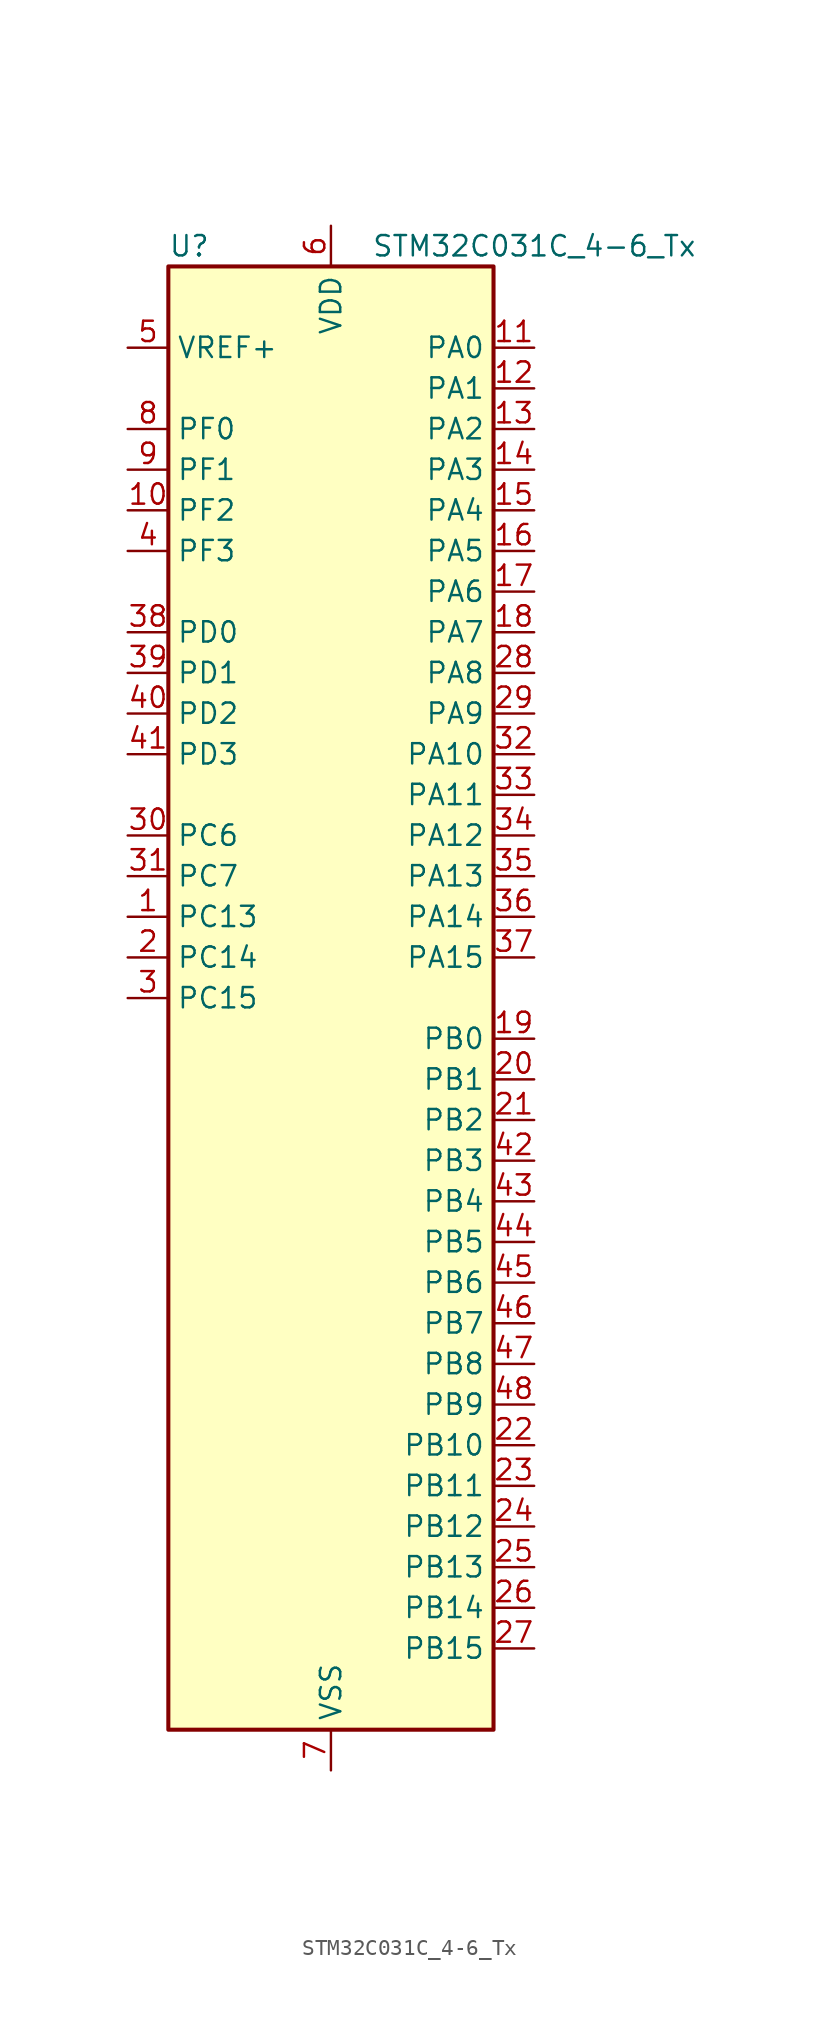
<source format=kicad_sym>
(kicad_symbol_lib
  (version 20241209)
  (generator "kicad_symbol_editor")
  (generator_version "9.0")
  (symbol "STM32C031C_4-6_Tx"
    (property "Reference" "U"
      (at -10.16 46.99 0)
      (effects (font (size 1.27 1.27)) (justify left)))
    (property "Value" "STM32C031C_4-6_Tx"
      (at 2.54 46.99 0)
      (effects (font (size 1.27 1.27)) (justify left)))
    (symbol "STM32C031C_4-6_Tx_0_1"
      (rectangle (start -10.16 -45.72) (end 10.16 45.72) (stroke (width 0.254) (type default)) (fill (type background))))
    (symbol "STM32C031C_4-6_Tx_1_1"
      (pin input line (at -12.7 40.64 0) (length 2.54) (name "VREF+" (effects (font (size 1.27 1.27)))) (number "5" (effects (font (size 1.27 1.27)))))
      (pin bidirectional line (at -12.7 35.56 0) (length 2.54) (name "PF0" (effects (font (size 1.27 1.27)))) (number "8" (effects (font (size 1.27 1.27)))) (alternate "RCC_OSC_IN" bidirectional line) (alternate "TIM14_CH1" bidirectional line))
      (pin bidirectional line (at -12.7 33.02 0) (length 2.54) (name "PF1" (effects (font (size 1.27 1.27)))) (number "9" (effects (font (size 1.27 1.27)))) (alternate "RCC_OSC_EN" bidirectional line) (alternate "RCC_OSC_OUT" bidirectional line))
      (pin bidirectional line (at -12.7 30.48 0) (length 2.54) (name "PF2" (effects (font (size 1.27 1.27)))) (number "10" (effects (font (size 1.27 1.27)))) (alternate "RCC_MCO" bidirectional line) (alternate "TIM1_CH4" bidirectional line))
      (pin bidirectional line (at -12.7 27.94 0) (length 2.54) (name "PF3" (effects (font (size 1.27 1.27)))) (number "4" (effects (font (size 1.27 1.27)))))
      (pin bidirectional line (at -12.7 22.86 0) (length 2.54) (name "PD0" (effects (font (size 1.27 1.27)))) (number "38" (effects (font (size 1.27 1.27)))) (alternate "TIM16_CH1" bidirectional line))
      (pin bidirectional line (at -12.7 20.32 0) (length 2.54) (name "PD1" (effects (font (size 1.27 1.27)))) (number "39" (effects (font (size 1.27 1.27)))) (alternate "TIM17_CH1" bidirectional line))
      (pin bidirectional line (at -12.7 17.78 0) (length 2.54) (name "PD2" (effects (font (size 1.27 1.27)))) (number "40" (effects (font (size 1.27 1.27)))) (alternate "TIM1_CH1N" bidirectional line) (alternate "TIM3_ETR" bidirectional line))
      (pin bidirectional line (at -12.7 15.24 0) (length 2.54) (name "PD3" (effects (font (size 1.27 1.27)))) (number "41" (effects (font (size 1.27 1.27)))) (alternate "TIM1_CH2N" bidirectional line) (alternate "USART2_CTS" bidirectional line) (alternate "USART2_NSS" bidirectional line))
      (pin bidirectional line (at -12.7 10.16 0) (length 2.54) (name "PC6" (effects (font (size 1.27 1.27)))) (number "30" (effects (font (size 1.27 1.27)))) (alternate "TIM3_CH1" bidirectional line))
      (pin bidirectional line (at -12.7 7.62 0) (length 2.54) (name "PC7" (effects (font (size 1.27 1.27)))) (number "31" (effects (font (size 1.27 1.27)))) (alternate "TIM3_CH2" bidirectional line))
      (pin bidirectional line (at -12.7 5.08 0) (length 2.54) (name "PC13" (effects (font (size 1.27 1.27)))) (number "1" (effects (font (size 1.27 1.27)))) (alternate "PWR_WKUP2" bidirectional line) (alternate "RTC_OUT1" bidirectional line) (alternate "RTC_TS" bidirectional line) (alternate "TIM1_BKIN" bidirectional line) (alternate "TIM1_ETR" bidirectional line))
      (pin bidirectional line (at -12.7 2.54 0) (length 2.54) (name "PC14" (effects (font (size 1.27 1.27)))) (number "2" (effects (font (size 1.27 1.27)))) (alternate "I2C1_SDA" bidirectional line) (alternate "IR_OUT" bidirectional line) (alternate "RCC_OSCX_IN" bidirectional line) (alternate "TIM17_CH1" bidirectional line) (alternate "TIM1_BKIN2" bidirectional line) (alternate "TIM1_ETR" bidirectional line) (alternate "TIM3_CH2" bidirectional line) (alternate "USART1_TX" bidirectional line) (alternate "USART2_CK" bidirectional line) (alternate "USART2_DE" bidirectional line) (alternate "USART2_RTS" bidirectional line))
      (pin bidirectional line (at -12.7 0 0) (length 2.54) (name "PC15" (effects (font (size 1.27 1.27)))) (number "3" (effects (font (size 1.27 1.27)))) (alternate "RCC_OSC32_EN" bidirectional line) (alternate "RCC_OSCX_OUT" bidirectional line) (alternate "RCC_OSC_EN" bidirectional line) (alternate "TIM1_ETR" bidirectional line) (alternate "TIM3_CH3" bidirectional line))
      (pin power_in line (at 0 48.26 270) (length 2.54) (name "VDD" (effects (font (size 1.27 1.27)))) (number "6" (effects (font (size 1.27 1.27)))))
      (pin power_in line (at 0 -48.26 90) (length 2.54) (name "VSS" (effects (font (size 1.27 1.27)))) (number "7" (effects (font (size 1.27 1.27)))))
      (pin bidirectional line (at 12.7 40.64 180) (length 2.54) (name "PA0" (effects (font (size 1.27 1.27)))) (number "11" (effects (font (size 1.27 1.27)))) (alternate "ADC1_IN0" bidirectional line) (alternate "PWR_WKUP1" bidirectional line) (alternate "TIM16_CH1" bidirectional line) (alternate "TIM1_CH1" bidirectional line) (alternate "USART1_TX" bidirectional line) (alternate "USART2_CTS" bidirectional line) (alternate "USART2_NSS" bidirectional line))
      (pin bidirectional line (at 12.7 38.1 180) (length 2.54) (name "PA1" (effects (font (size 1.27 1.27)))) (number "12" (effects (font (size 1.27 1.27)))) (alternate "ADC1_IN1" bidirectional line) (alternate "I2C1_SMBA" bidirectional line) (alternate "I2S1_CK" bidirectional line) (alternate "SPI1_SCK" bidirectional line) (alternate "TIM17_CH1" bidirectional line) (alternate "TIM1_CH2" bidirectional line) (alternate "USART1_RX" bidirectional line) (alternate "USART2_CK" bidirectional line) (alternate "USART2_DE" bidirectional line) (alternate "USART2_RTS" bidirectional line))
      (pin bidirectional line (at 12.7 35.56 180) (length 2.54) (name "PA2" (effects (font (size 1.27 1.27)))) (number "13" (effects (font (size 1.27 1.27)))) (alternate "ADC1_IN2" bidirectional line) (alternate "I2S1_SD" bidirectional line) (alternate "PWR_WKUP4" bidirectional line) (alternate "RCC_LSCO" bidirectional line) (alternate "SPI1_MOSI" bidirectional line) (alternate "TIM16_CH1N" bidirectional line) (alternate "TIM1_CH3" bidirectional line) (alternate "TIM3_ETR" bidirectional line) (alternate "USART2_TX" bidirectional line))
      (pin bidirectional line (at 12.7 33.02 180) (length 2.54) (name "PA3" (effects (font (size 1.27 1.27)))) (number "14" (effects (font (size 1.27 1.27)))) (alternate "ADC1_IN3" bidirectional line) (alternate "TIM1_CH1N" bidirectional line) (alternate "TIM1_CH4" bidirectional line) (alternate "USART2_RX" bidirectional line))
      (pin bidirectional line (at 12.7 30.48 180) (length 2.54) (name "PA4" (effects (font (size 1.27 1.27)))) (number "15" (effects (font (size 1.27 1.27)))) (alternate "ADC1_IN4" bidirectional line) (alternate "I2S1_WS" bidirectional line) (alternate "RTC_OUT2" bidirectional line) (alternate "SPI1_NSS" bidirectional line) (alternate "TIM14_CH1" bidirectional line) (alternate "TIM17_CH1N" bidirectional line) (alternate "TIM1_CH2N" bidirectional line) (alternate "USART2_TX" bidirectional line))
      (pin bidirectional line (at 12.7 27.94 180) (length 2.54) (name "PA5" (effects (font (size 1.27 1.27)))) (number "16" (effects (font (size 1.27 1.27)))) (alternate "ADC1_IN5" bidirectional line) (alternate "I2S1_CK" bidirectional line) (alternate "SPI1_SCK" bidirectional line) (alternate "TIM1_CH1" bidirectional line) (alternate "TIM1_CH3N" bidirectional line) (alternate "USART2_RX" bidirectional line))
      (pin bidirectional line (at 12.7 25.4 180) (length 2.54) (name "PA6" (effects (font (size 1.27 1.27)))) (number "17" (effects (font (size 1.27 1.27)))) (alternate "ADC1_IN6" bidirectional line) (alternate "I2S1_MCK" bidirectional line) (alternate "SPI1_MISO" bidirectional line) (alternate "TIM16_CH1" bidirectional line) (alternate "TIM1_BKIN" bidirectional line) (alternate "TIM3_CH1" bidirectional line))
      (pin bidirectional line (at 12.7 22.86 180) (length 2.54) (name "PA7" (effects (font (size 1.27 1.27)))) (number "18" (effects (font (size 1.27 1.27)))) (alternate "ADC1_IN7" bidirectional line) (alternate "I2S1_SD" bidirectional line) (alternate "SPI1_MOSI" bidirectional line) (alternate "TIM14_CH1" bidirectional line) (alternate "TIM17_CH1" bidirectional line) (alternate "TIM1_CH1N" bidirectional line) (alternate "TIM3_CH2" bidirectional line))
      (pin bidirectional line (at 12.7 20.32 180) (length 2.54) (name "PA8" (effects (font (size 1.27 1.27)))) (number "28" (effects (font (size 1.27 1.27)))) (alternate "ADC1_IN8" bidirectional line) (alternate "I2S1_WS" bidirectional line) (alternate "RCC_MCO" bidirectional line) (alternate "RCC_MCO_2" bidirectional line) (alternate "SPI1_NSS" bidirectional line) (alternate "TIM14_CH1" bidirectional line) (alternate "TIM1_CH1" bidirectional line) (alternate "TIM1_CH2N" bidirectional line) (alternate "TIM1_CH3N" bidirectional line) (alternate "TIM3_CH3" bidirectional line) (alternate "TIM3_CH4" bidirectional line) (alternate "USART1_RX" bidirectional line) (alternate "USART2_TX" bidirectional line))
      (pin bidirectional line (at 12.7 17.78 180) (length 2.54) (name "PA9" (effects (font (size 1.27 1.27)))) (number "29" (effects (font (size 1.27 1.27)))) (alternate "I2C1_SCL" bidirectional line) (alternate "RCC_MCO" bidirectional line) (alternate "TIM1_CH2" bidirectional line) (alternate "TIM3_ETR" bidirectional line) (alternate "USART1_TX" bidirectional line))
      (pin bidirectional line (at 12.7 15.24 180) (length 2.54) (name "PA10" (effects (font (size 1.27 1.27)))) (number "32" (effects (font (size 1.27 1.27)))) (alternate "I2C1_SDA" bidirectional line) (alternate "RCC_MCO_2" bidirectional line) (alternate "TIM17_BKIN" bidirectional line) (alternate "TIM1_CH3" bidirectional line) (alternate "USART1_RX" bidirectional line))
      (pin bidirectional line (at 12.7 12.7 180) (length 2.54) (name "PA11" (effects (font (size 1.27 1.27)))) (number "33" (effects (font (size 1.27 1.27)))) (alternate "ADC1_EXTI11" bidirectional line) (alternate "ADC1_IN11" bidirectional line) (alternate "I2S1_MCK" bidirectional line) (alternate "SPI1_MISO" bidirectional line) (alternate "TIM1_BKIN2" bidirectional line) (alternate "TIM1_CH4" bidirectional line) (alternate "USART1_CTS" bidirectional line) (alternate "USART1_NSS" bidirectional line))
      (pin bidirectional line (at 12.7 10.16 180) (length 2.54) (name "PA12" (effects (font (size 1.27 1.27)))) (number "34" (effects (font (size 1.27 1.27)))) (alternate "ADC1_IN12" bidirectional line) (alternate "I2S1_SD" bidirectional line) (alternate "I2S_CKIN" bidirectional line) (alternate "SPI1_MOSI" bidirectional line) (alternate "TIM1_ETR" bidirectional line) (alternate "USART1_CK" bidirectional line) (alternate "USART1_DE" bidirectional line) (alternate "USART1_RTS" bidirectional line))
      (pin bidirectional line (at 12.7 7.62 180) (length 2.54) (name "PA13" (effects (font (size 1.27 1.27)))) (number "35" (effects (font (size 1.27 1.27)))) (alternate "ADC1_IN13" bidirectional line) (alternate "DEBUG_SWDIO" bidirectional line) (alternate "IR_OUT" bidirectional line) (alternate "TIM3_ETR" bidirectional line) (alternate "USART2_RX" bidirectional line))
      (pin bidirectional line (at 12.7 5.08 180) (length 2.54) (name "PA14" (effects (font (size 1.27 1.27)))) (number "36" (effects (font (size 1.27 1.27)))) (alternate "ADC1_IN14" bidirectional line) (alternate "DEBUG_SWCLK" bidirectional line) (alternate "I2S1_WS" bidirectional line) (alternate "RCC_MCO_2" bidirectional line) (alternate "SPI1_NSS" bidirectional line) (alternate "TIM1_CH1" bidirectional line) (alternate "USART1_CK" bidirectional line) (alternate "USART1_DE" bidirectional line) (alternate "USART1_RTS" bidirectional line) (alternate "USART2_RX" bidirectional line) (alternate "USART2_TX" bidirectional line))
      (pin bidirectional line (at 12.7 2.54 180) (length 2.54) (name "PA15" (effects (font (size 1.27 1.27)))) (number "37" (effects (font (size 1.27 1.27)))) (alternate "I2S1_WS" bidirectional line) (alternate "RCC_MCO_2" bidirectional line) (alternate "SPI1_NSS" bidirectional line) (alternate "TIM1_CH1" bidirectional line) (alternate "USART1_CK" bidirectional line) (alternate "USART1_DE" bidirectional line) (alternate "USART1_RTS" bidirectional line) (alternate "USART2_RX" bidirectional line))
      (pin bidirectional line (at 12.7 -2.54 180) (length 2.54) (name "PB0" (effects (font (size 1.27 1.27)))) (number "19" (effects (font (size 1.27 1.27)))) (alternate "ADC1_IN17" bidirectional line) (alternate "I2S1_WS" bidirectional line) (alternate "SPI1_NSS" bidirectional line) (alternate "TIM1_CH2N" bidirectional line) (alternate "TIM3_CH3" bidirectional line))
      (pin bidirectional line (at 12.7 -5.08 180) (length 2.54) (name "PB1" (effects (font (size 1.27 1.27)))) (number "20" (effects (font (size 1.27 1.27)))) (alternate "ADC1_IN18" bidirectional line) (alternate "TIM14_CH1" bidirectional line) (alternate "TIM1_CH2N" bidirectional line) (alternate "TIM1_CH3N" bidirectional line) (alternate "TIM3_CH4" bidirectional line))
      (pin bidirectional line (at 12.7 -7.62 180) (length 2.54) (name "PB2" (effects (font (size 1.27 1.27)))) (number "21" (effects (font (size 1.27 1.27)))) (alternate "ADC1_IN19" bidirectional line) (alternate "RCC_MCO_2" bidirectional line) (alternate "USART1_RX" bidirectional line))
      (pin bidirectional line (at 12.7 -10.16 180) (length 2.54) (name "PB3" (effects (font (size 1.27 1.27)))) (number "42" (effects (font (size 1.27 1.27)))) (alternate "I2S1_CK" bidirectional line) (alternate "SPI1_SCK" bidirectional line) (alternate "TIM1_CH2" bidirectional line) (alternate "TIM3_CH2" bidirectional line) (alternate "USART1_CK" bidirectional line) (alternate "USART1_DE" bidirectional line) (alternate "USART1_RTS" bidirectional line))
      (pin bidirectional line (at 12.7 -12.7 180) (length 2.54) (name "PB4" (effects (font (size 1.27 1.27)))) (number "43" (effects (font (size 1.27 1.27)))) (alternate "I2S1_MCK" bidirectional line) (alternate "SPI1_MISO" bidirectional line) (alternate "TIM17_BKIN" bidirectional line) (alternate "TIM3_CH1" bidirectional line) (alternate "USART1_CTS" bidirectional line) (alternate "USART1_NSS" bidirectional line))
      (pin bidirectional line (at 12.7 -15.24 180) (length 2.54) (name "PB5" (effects (font (size 1.27 1.27)))) (number "44" (effects (font (size 1.27 1.27)))) (alternate "I2C1_SMBA" bidirectional line) (alternate "I2S1_SD" bidirectional line) (alternate "PWR_WKUP6" bidirectional line) (alternate "SPI1_MOSI" bidirectional line) (alternate "TIM16_BKIN" bidirectional line) (alternate "TIM3_CH2" bidirectional line) (alternate "TIM3_CH3" bidirectional line))
      (pin bidirectional line (at 12.7 -17.78 180) (length 2.54) (name "PB6" (effects (font (size 1.27 1.27)))) (number "45" (effects (font (size 1.27 1.27)))) (alternate "I2C1_SCL" bidirectional line) (alternate "I2C1_SMBA" bidirectional line) (alternate "I2S1_CK" bidirectional line) (alternate "I2S1_MCK" bidirectional line) (alternate "I2S1_SD" bidirectional line) (alternate "PWR_WKUP3" bidirectional line) (alternate "SPI1_MISO" bidirectional line) (alternate "SPI1_MOSI" bidirectional line) (alternate "SPI1_SCK" bidirectional line) (alternate "TIM16_BKIN" bidirectional line) (alternate "TIM16_CH1N" bidirectional line) (alternate "TIM17_BKIN" bidirectional line) (alternate "TIM1_CH2" bidirectional line) (alternate "TIM1_CH3" bidirectional line) (alternate "TIM3_CH1" bidirectional line) (alternate "TIM3_CH2" bidirectional line) (alternate "TIM3_CH3" bidirectional line) (alternate "USART1_CK" bidirectional line) (alternate "USART1_CTS" bidirectional line) (alternate "USART1_DE" bidirectional line) (alternate "USART1_NSS" bidirectional line) (alternate "USART1_RTS" bidirectional line) (alternate "USART1_TX" bidirectional line))
      (pin bidirectional line (at 12.7 -20.32 180) (length 2.54) (name "PB7" (effects (font (size 1.27 1.27)))) (number "46" (effects (font (size 1.27 1.27)))) (alternate "I2C1_SCL" bidirectional line) (alternate "I2C1_SDA" bidirectional line) (alternate "TIM16_CH1" bidirectional line) (alternate "TIM17_CH1N" bidirectional line) (alternate "TIM1_CH4" bidirectional line) (alternate "TIM3_CH1" bidirectional line) (alternate "TIM3_CH4" bidirectional line) (alternate "USART1_RX" bidirectional line) (alternate "USART2_CTS" bidirectional line) (alternate "USART2_NSS" bidirectional line))
      (pin bidirectional line (at 12.7 -22.86 180) (length 2.54) (name "PB8" (effects (font (size 1.27 1.27)))) (number "47" (effects (font (size 1.27 1.27)))) (alternate "I2C1_SCL" bidirectional line) (alternate "TIM16_CH1" bidirectional line) (alternate "TIM3_CH1" bidirectional line) (alternate "USART2_CTS" bidirectional line) (alternate "USART2_NSS" bidirectional line))
      (pin bidirectional line (at 12.7 -25.4 180) (length 2.54) (name "PB9" (effects (font (size 1.27 1.27)))) (number "48" (effects (font (size 1.27 1.27)))) (alternate "I2C1_SDA" bidirectional line) (alternate "IR_OUT" bidirectional line) (alternate "TIM17_CH1" bidirectional line) (alternate "TIM3_CH2" bidirectional line) (alternate "USART2_CK" bidirectional line) (alternate "USART2_DE" bidirectional line) (alternate "USART2_RTS" bidirectional line))
      (pin bidirectional line (at 12.7 -27.94 180) (length 2.54) (name "PB10" (effects (font (size 1.27 1.27)))) (number "22" (effects (font (size 1.27 1.27)))) (alternate "ADC1_IN20" bidirectional line))
      (pin bidirectional line (at 12.7 -30.48 180) (length 2.54) (name "PB11" (effects (font (size 1.27 1.27)))) (number "23" (effects (font (size 1.27 1.27)))) (alternate "ADC1_EXTI11" bidirectional line) (alternate "ADC1_IN21" bidirectional line))
      (pin bidirectional line (at 12.7 -33.02 180) (length 2.54) (name "PB12" (effects (font (size 1.27 1.27)))) (number "24" (effects (font (size 1.27 1.27)))) (alternate "ADC1_IN22" bidirectional line) (alternate "TIM1_BKIN" bidirectional line) (alternate "TIM1_BKIN2" bidirectional line))
      (pin bidirectional line (at 12.7 -35.56 180) (length 2.54) (name "PB13" (effects (font (size 1.27 1.27)))) (number "25" (effects (font (size 1.27 1.27)))) (alternate "TIM1_CH1N" bidirectional line))
      (pin bidirectional line (at 12.7 -38.1 180) (length 2.54) (name "PB14" (effects (font (size 1.27 1.27)))) (number "26" (effects (font (size 1.27 1.27)))) (alternate "TIM1_CH2N" bidirectional line))
      (pin bidirectional line (at 12.7 -40.64 180) (length 2.54) (name "PB15" (effects (font (size 1.27 1.27)))) (number "27" (effects (font (size 1.27 1.27)))) (alternate "RTC_REFIN" bidirectional line) (alternate "TIM1_CH3N" bidirectional line)))))
</source>
